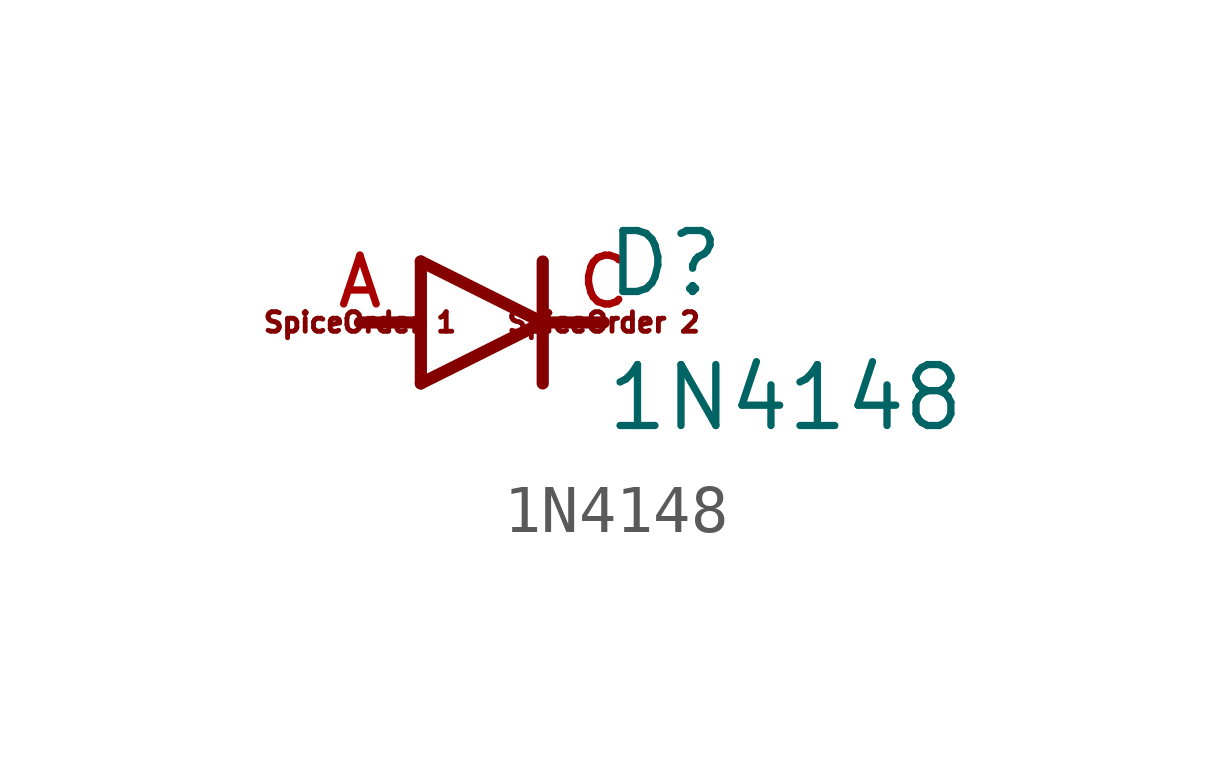
<source format=kicad_sym>
(kicad_symbol_lib
  (version 20211014)
  (generator kicad_symbol_editor)
  (symbol "1N4148"
    (pin_names
      (offset 1.016))
    (property "Reference" "D"
      (at 2.54 0.483 0)
      (effects (font (size 1.27 1.27)) (justify bottom left)))
    (property "Value" "1N4148"
      (at 2.54 -2.311 0)
      (effects (font (size 1.27 1.27)) (justify bottom left)))
    (symbol "1N4148_0_0"
      (polyline (pts (xy -1.27 -1.27) (xy 1.27 0.0)) (stroke (width 0.254)))
      (polyline (pts (xy 1.27 0.0) (xy -1.27 1.27)) (stroke (width 0.254)))
      (polyline (pts (xy 1.27 1.27) (xy 1.27 0.0)) (stroke (width 0.254)))
      (polyline (pts (xy -1.27 1.27) (xy -1.27 0.0)) (stroke (width 0.254)))
      (polyline (pts (xy -1.27 0.0) (xy -1.27 -1.27)) (stroke (width 0.254)))
      (polyline (pts (xy 1.27 0.0) (xy 1.27 -1.27)) (stroke (width 0.254)))
      (polyline (pts (xy -1.27 0.0) (xy -2.54 0.0)) (stroke (width 0.254)))
      (polyline (pts (xy 2.54 0.0) (xy 1.27 0.0)) (stroke (width 0.254)))
      (text "SpiceOrder 1" (at -2.54 0.0 0) (effects (font (size 0.406 0.406))))
      (text "SpiceOrder 2" (at 2.54 0.0 0) (effects (font (size 0.406 0.406))))
      (pin passive line (at -2.54 0.0 0) (length 0) (name "~" (effects (font (size 1.016 1.016)))) (number "A" (effects (font (size 1.016 1.016)))))
      (pin passive line (at 2.54 0.0 180.0) (length 0) (name "~" (effects (font (size 1.016 1.016)))) (number "C" (effects (font (size 1.016 1.016))))))))
</source>
